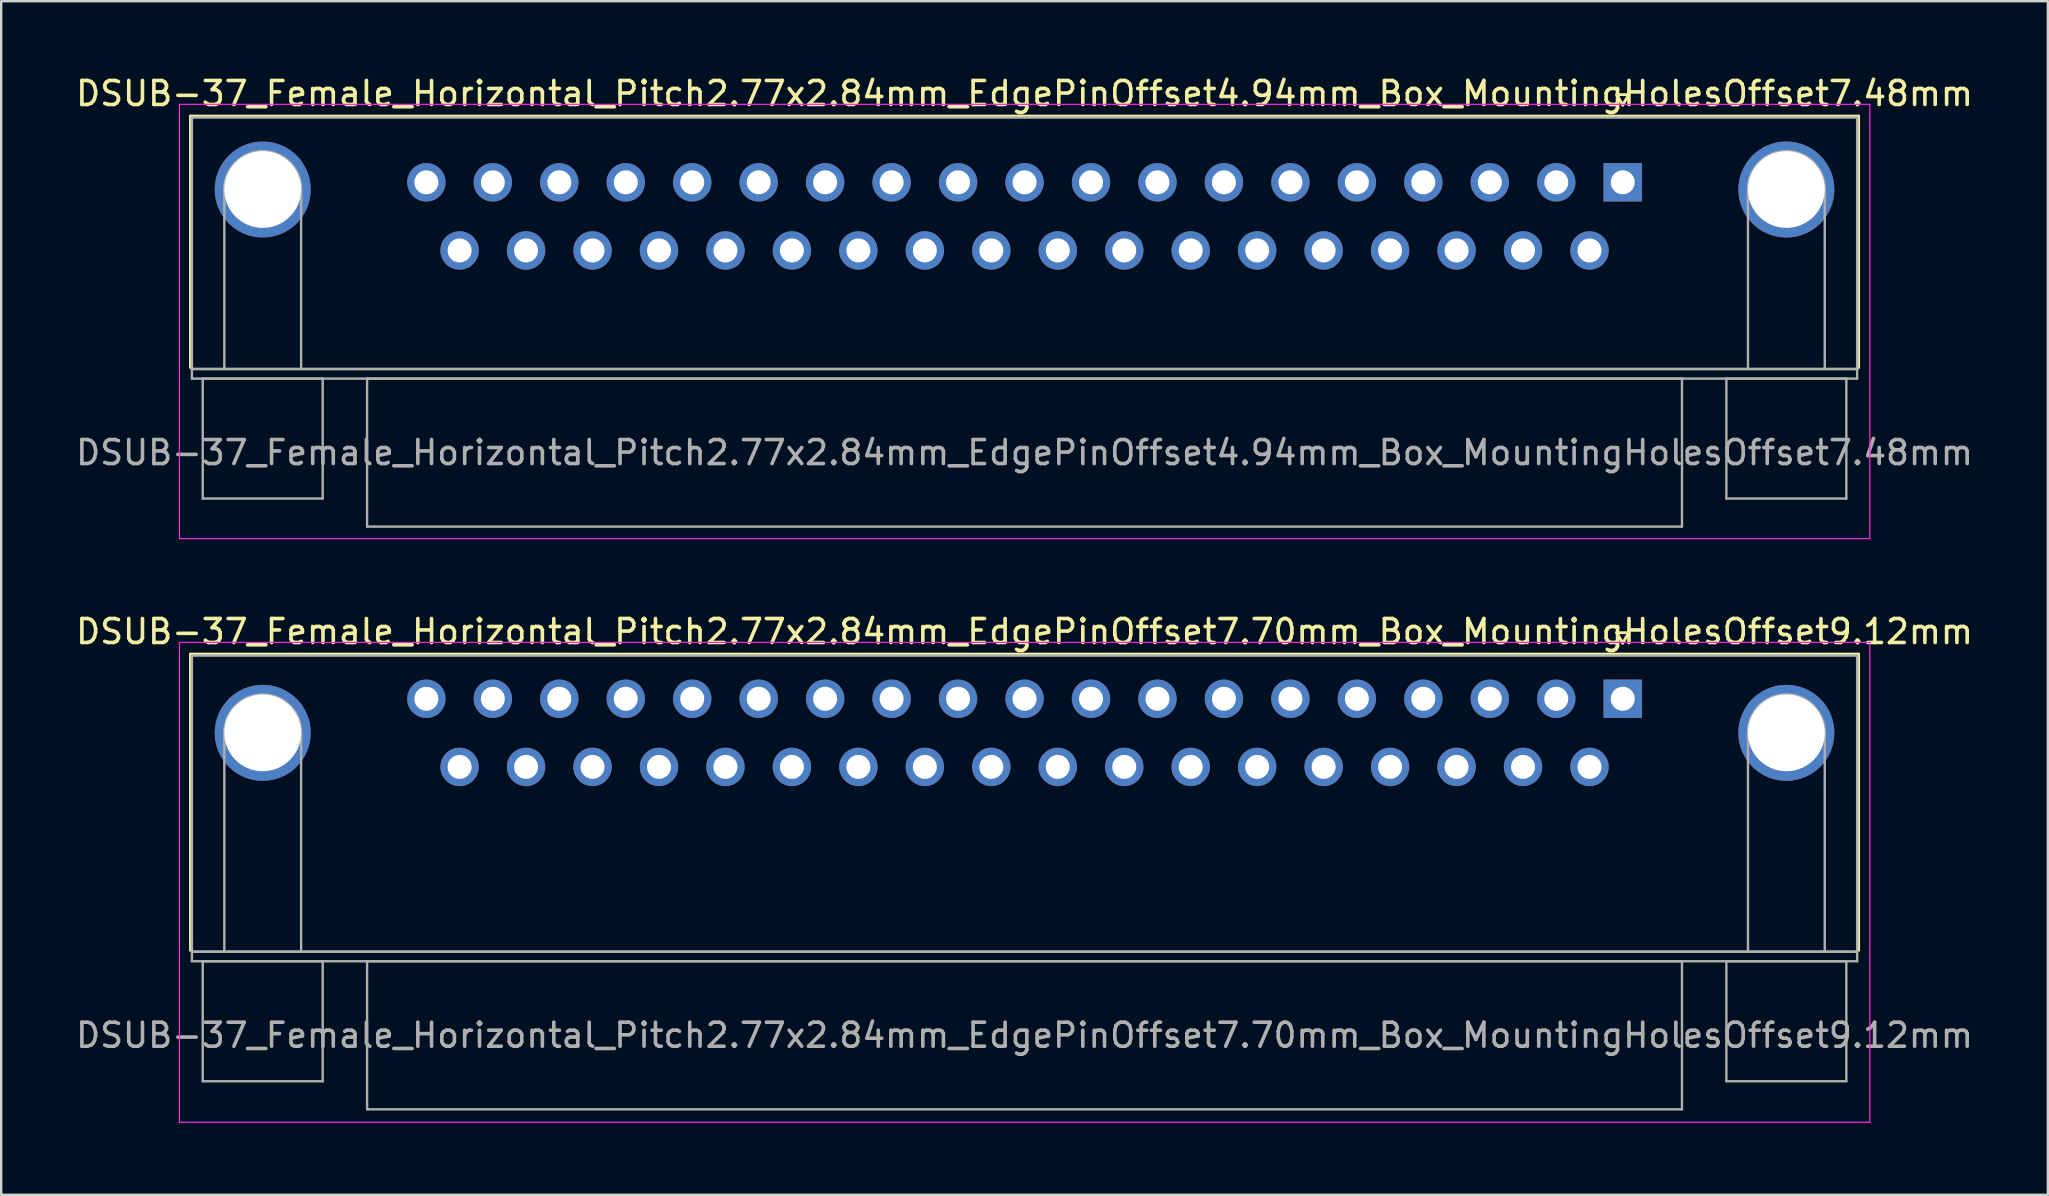
<source format=kicad_pcb>
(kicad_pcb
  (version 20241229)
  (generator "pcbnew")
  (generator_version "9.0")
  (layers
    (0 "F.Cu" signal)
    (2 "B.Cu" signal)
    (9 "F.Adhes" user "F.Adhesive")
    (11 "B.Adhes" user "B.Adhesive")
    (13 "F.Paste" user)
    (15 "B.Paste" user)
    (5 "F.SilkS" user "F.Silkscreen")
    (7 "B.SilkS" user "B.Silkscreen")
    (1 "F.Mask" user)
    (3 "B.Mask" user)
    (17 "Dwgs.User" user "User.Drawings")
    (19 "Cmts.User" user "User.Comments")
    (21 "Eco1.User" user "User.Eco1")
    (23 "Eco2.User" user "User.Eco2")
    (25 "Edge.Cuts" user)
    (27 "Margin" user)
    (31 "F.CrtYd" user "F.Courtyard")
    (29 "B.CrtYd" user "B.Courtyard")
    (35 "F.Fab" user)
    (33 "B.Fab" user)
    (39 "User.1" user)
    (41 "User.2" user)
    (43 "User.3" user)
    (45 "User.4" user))
  (footprint "DSUB-37_Female_Horizontal_Pitch2.77x2.84mm_EdgePinOffset7.70mm_Box_MountingHolesOffset9.12mm"
    (layer "F.Cu")
    (at 64.579 26.072)
    (property "Reference" "DSUB-37_Female_Horizontal_Pitch2.77x2.84mm_EdgePinOffset7.70mm_Box_MountingHolesOffset9.12mm" (at -24.93 -2.8 0) (layer "F.SilkS") (effects (font (size 1 1) (thickness 0.15))))
    (attr through_hole)
    (fp_line (start -59.69 -1.86) (end 9.83 -1.86) (stroke (width 0.12) (type solid)) (layer "F.SilkS"))
    (fp_line (start -59.69 10.48) (end -59.69 -1.86) (stroke (width 0.12) (type solid)) (layer "F.SilkS"))
    (fp_line (start -0.25 -2.754) (end 0.25 -2.754) (stroke (width 0.12) (type solid)) (layer "F.SilkS"))
    (fp_line (start 0 -2.321) (end -0.25 -2.754) (stroke (width 0.12) (type solid)) (layer "F.SilkS"))
    (fp_line (start 0.25 -2.754) (end 0 -2.321) (stroke (width 0.12) (type solid)) (layer "F.SilkS"))
    (fp_line (start 9.83 -1.86) (end 9.83 10.48) (stroke (width 0.12) (type solid)) (layer "F.SilkS"))
    (fp_line (start -60.15 -2.35) (end -60.15 17.65) (stroke (width 0.05) (type solid)) (layer "F.CrtYd"))
    (fp_line (start -60.15 17.65) (end 10.3 17.65) (stroke (width 0.05) (type solid)) (layer "F.CrtYd"))
    (fp_line (start 10.3 -2.35) (end -60.15 -2.35) (stroke (width 0.05) (type solid)) (layer "F.CrtYd"))
    (fp_line (start 10.3 17.65) (end 10.3 -2.35) (stroke (width 0.05) (type solid)) (layer "F.CrtYd"))
    (fp_line (start -59.63 -1.8) (end -59.63 10.54) (stroke (width 0.1) (type solid)) (layer "F.Fab"))
    (fp_line (start -59.63 10.54) (end -59.63 10.94) (stroke (width 0.1) (type solid)) (layer "F.Fab"))
    (fp_line (start -59.63 10.54) (end 9.77 10.54) (stroke (width 0.1) (type solid)) (layer "F.Fab"))
    (fp_line (start -59.63 10.94) (end 9.77 10.94) (stroke (width 0.1) (type solid)) (layer "F.Fab"))
    (fp_line (start -59.18 10.94) (end -59.18 15.94) (stroke (width 0.1) (type solid)) (layer "F.Fab"))
    (fp_line (start -59.18 15.94) (end -54.18 15.94) (stroke (width 0.1) (type solid)) (layer "F.Fab"))
    (fp_line (start -58.28 10.54) (end -58.28 1.42) (stroke (width 0.1) (type solid)) (layer "F.Fab"))
    (fp_line (start -55.08 10.54) (end -55.08 1.42) (stroke (width 0.1) (type solid)) (layer "F.Fab"))
    (fp_line (start -54.18 10.94) (end -59.18 10.94) (stroke (width 0.1) (type solid)) (layer "F.Fab"))
    (fp_line (start -54.18 15.94) (end -54.18 10.94) (stroke (width 0.1) (type solid)) (layer "F.Fab"))
    (fp_line (start -52.33 10.94) (end -52.33 17.11) (stroke (width 0.1) (type solid)) (layer "F.Fab"))
    (fp_line (start -52.33 17.11) (end 2.47 17.11) (stroke (width 0.1) (type solid)) (layer "F.Fab"))
    (fp_line (start 2.47 10.94) (end -52.33 10.94) (stroke (width 0.1) (type solid)) (layer "F.Fab"))
    (fp_line (start 2.47 17.11) (end 2.47 10.94) (stroke (width 0.1) (type solid)) (layer "F.Fab"))
    (fp_line (start 4.32 10.94) (end 4.32 15.94) (stroke (width 0.1) (type solid)) (layer "F.Fab"))
    (fp_line (start 4.32 15.94) (end 9.32 15.94) (stroke (width 0.1) (type solid)) (layer "F.Fab"))
    (fp_line (start 5.22 10.54) (end 5.22 1.42) (stroke (width 0.1) (type solid)) (layer "F.Fab"))
    (fp_line (start 8.42 10.54) (end 8.42 1.42) (stroke (width 0.1) (type solid)) (layer "F.Fab"))
    (fp_line (start 9.32 10.94) (end 4.32 10.94) (stroke (width 0.1) (type solid)) (layer "F.Fab"))
    (fp_line (start 9.32 15.94) (end 9.32 10.94) (stroke (width 0.1) (type solid)) (layer "F.Fab"))
    (fp_line (start 9.77 -1.8) (end -59.63 -1.8) (stroke (width 0.1) (type solid)) (layer "F.Fab"))
    (fp_line (start 9.77 10.54) (end -59.63 10.54) (stroke (width 0.1) (type solid)) (layer "F.Fab"))
    (fp_line (start 9.77 10.54) (end 9.77 -1.8) (stroke (width 0.1) (type solid)) (layer "F.Fab"))
    (fp_line (start 9.77 10.94) (end 9.77 10.54) (stroke (width 0.1) (type solid)) (layer "F.Fab"))
    (fp_arc (start -58.28 1.42) (mid -56.68 -0.18) (end -55.08 1.42) (stroke (width 0.1) (type solid)) (layer "F.Fab"))
    (fp_arc (start 5.22 1.42) (mid 6.82 -0.18) (end 8.42 1.42) (stroke (width 0.1) (type solid)) (layer "F.Fab"))
    (fp_text user "${REFERENCE}" (at -24.93 14.025 0) (layer "F.Fab") (effects (font (size 1 1) (thickness 0.15))))
    (pad "0" thru_hole circle (at -56.68 1.42) (size 4 4) (drill 3.2) (layers "*.Cu" "*.Mask"))
    (pad "0" thru_hole circle (at 6.82 1.42) (size 4 4) (drill 3.2) (layers "*.Cu" "*.Mask"))
    (pad "1" thru_hole rect (at 0 0) (size 1.6 1.6) (drill 1) (layers "*.Cu" "*.Mask"))
    (pad "2" thru_hole circle (at -2.77 0) (size 1.6 1.6) (drill 1) (layers "*.Cu" "*.Mask"))
    (pad "3" thru_hole circle (at -5.54 0) (size 1.6 1.6) (drill 1) (layers "*.Cu" "*.Mask"))
    (pad "4" thru_hole circle (at -8.31 0) (size 1.6 1.6) (drill 1) (layers "*.Cu" "*.Mask"))
    (pad "5" thru_hole circle (at -11.08 0) (size 1.6 1.6) (drill 1) (layers "*.Cu" "*.Mask"))
    (pad "6" thru_hole circle (at -13.85 0) (size 1.6 1.6) (drill 1) (layers "*.Cu" "*.Mask"))
    (pad "7" thru_hole circle (at -16.62 0) (size 1.6 1.6) (drill 1) (layers "*.Cu" "*.Mask"))
    (pad "8" thru_hole circle (at -19.39 0) (size 1.6 1.6) (drill 1) (layers "*.Cu" "*.Mask"))
    (pad "9" thru_hole circle (at -22.16 0) (size 1.6 1.6) (drill 1) (layers "*.Cu" "*.Mask"))
    (pad "10" thru_hole circle (at -24.93 0) (size 1.6 1.6) (drill 1) (layers "*.Cu" "*.Mask"))
    (pad "11" thru_hole circle (at -27.7 0) (size 1.6 1.6) (drill 1) (layers "*.Cu" "*.Mask"))
    (pad "12" thru_hole circle (at -30.47 0) (size 1.6 1.6) (drill 1) (layers "*.Cu" "*.Mask"))
    (pad "13" thru_hole circle (at -33.24 0) (size 1.6 1.6) (drill 1) (layers "*.Cu" "*.Mask"))
    (pad "14" thru_hole circle (at -36.01 0) (size 1.6 1.6) (drill 1) (layers "*.Cu" "*.Mask"))
    (pad "15" thru_hole circle (at -38.78 0) (size 1.6 1.6) (drill 1) (layers "*.Cu" "*.Mask"))
    (pad "16" thru_hole circle (at -41.55 0) (size 1.6 1.6) (drill 1) (layers "*.Cu" "*.Mask"))
    (pad "17" thru_hole circle (at -44.32 0) (size 1.6 1.6) (drill 1) (layers "*.Cu" "*.Mask"))
    (pad "18" thru_hole circle (at -47.09 0) (size 1.6 1.6) (drill 1) (layers "*.Cu" "*.Mask"))
    (pad "19" thru_hole circle (at -49.86 0) (size 1.6 1.6) (drill 1) (layers "*.Cu" "*.Mask"))
    (pad "20" thru_hole circle (at -1.385 2.84) (size 1.6 1.6) (drill 1) (layers "*.Cu" "*.Mask"))
    (pad "21" thru_hole circle (at -4.155 2.84) (size 1.6 1.6) (drill 1) (layers "*.Cu" "*.Mask"))
    (pad "22" thru_hole circle (at -6.925 2.84) (size 1.6 1.6) (drill 1) (layers "*.Cu" "*.Mask"))
    (pad "23" thru_hole circle (at -9.695 2.84) (size 1.6 1.6) (drill 1) (layers "*.Cu" "*.Mask"))
    (pad "24" thru_hole circle (at -12.465 2.84) (size 1.6 1.6) (drill 1) (layers "*.Cu" "*.Mask"))
    (pad "25" thru_hole circle (at -15.235 2.84) (size 1.6 1.6) (drill 1) (layers "*.Cu" "*.Mask"))
    (pad "26" thru_hole circle (at -18.005 2.84) (size 1.6 1.6) (drill 1) (layers "*.Cu" "*.Mask"))
    (pad "27" thru_hole circle (at -20.775 2.84) (size 1.6 1.6) (drill 1) (layers "*.Cu" "*.Mask"))
    (pad "28" thru_hole circle (at -23.545 2.84) (size 1.6 1.6) (drill 1) (layers "*.Cu" "*.Mask"))
    (pad "29" thru_hole circle (at -26.315 2.84) (size 1.6 1.6) (drill 1) (layers "*.Cu" "*.Mask"))
    (pad "30" thru_hole circle (at -29.085 2.84) (size 1.6 1.6) (drill 1) (layers "*.Cu" "*.Mask"))
    (pad "31" thru_hole circle (at -31.855 2.84) (size 1.6 1.6) (drill 1) (layers "*.Cu" "*.Mask"))
    (pad "32" thru_hole circle (at -34.625 2.84) (size 1.6 1.6) (drill 1) (layers "*.Cu" "*.Mask"))
    (pad "33" thru_hole circle (at -37.395 2.84) (size 1.6 1.6) (drill 1) (layers "*.Cu" "*.Mask"))
    (pad "34" thru_hole circle (at -40.165 2.84) (size 1.6 1.6) (drill 1) (layers "*.Cu" "*.Mask"))
    (pad "35" thru_hole circle (at -42.935 2.84) (size 1.6 1.6) (drill 1) (layers "*.Cu" "*.Mask"))
    (pad "36" thru_hole circle (at -45.705 2.84) (size 1.6 1.6) (drill 1) (layers "*.Cu" "*.Mask"))
    (pad "37" thru_hole circle (at -48.475 2.84) (size 1.6 1.6) (drill 1) (layers "*.Cu" "*.Mask")))
  (footprint "DSUB-37_Female_Horizontal_Pitch2.77x2.84mm_EdgePinOffset4.94mm_Box_MountingHolesOffset7.48mm"
    (layer "F.Cu")
    (at 64.579 4.548)
    (property "Reference" "DSUB-37_Female_Horizontal_Pitch2.77x2.84mm_EdgePinOffset4.94mm_Box_MountingHolesOffset7.48mm" (at -24.93 -3.7 0) (layer "F.SilkS") (effects (font (size 1 1) (thickness 0.15))))
    (attr through_hole)
    (fp_line (start -59.69 -2.76) (end 9.83 -2.76) (stroke (width 0.12) (type solid)) (layer "F.SilkS"))
    (fp_line (start -59.69 7.72) (end -59.69 -2.76) (stroke (width 0.12) (type solid)) (layer "F.SilkS"))
    (fp_line (start -0.25 -3.654) (end 0.25 -3.654) (stroke (width 0.12) (type solid)) (layer "F.SilkS"))
    (fp_line (start 0 -3.221) (end -0.25 -3.654) (stroke (width 0.12) (type solid)) (layer "F.SilkS"))
    (fp_line (start 0.25 -3.654) (end 0 -3.221) (stroke (width 0.12) (type solid)) (layer "F.SilkS"))
    (fp_line (start 9.83 -2.76) (end 9.83 7.72) (stroke (width 0.12) (type solid)) (layer "F.SilkS"))
    (fp_line (start -60.15 -3.25) (end -60.15 14.85) (stroke (width 0.05) (type solid)) (layer "F.CrtYd"))
    (fp_line (start -60.15 14.85) (end 10.3 14.85) (stroke (width 0.05) (type solid)) (layer "F.CrtYd"))
    (fp_line (start 10.3 -3.25) (end -60.15 -3.25) (stroke (width 0.05) (type solid)) (layer "F.CrtYd"))
    (fp_line (start 10.3 14.85) (end 10.3 -3.25) (stroke (width 0.05) (type solid)) (layer "F.CrtYd"))
    (fp_line (start -59.63 -2.7) (end -59.63 7.78) (stroke (width 0.1) (type solid)) (layer "F.Fab"))
    (fp_line (start -59.63 7.78) (end -59.63 8.18) (stroke (width 0.1) (type solid)) (layer "F.Fab"))
    (fp_line (start -59.63 7.78) (end 9.77 7.78) (stroke (width 0.1) (type solid)) (layer "F.Fab"))
    (fp_line (start -59.63 8.18) (end 9.77 8.18) (stroke (width 0.1) (type solid)) (layer "F.Fab"))
    (fp_line (start -59.18 8.18) (end -59.18 13.18) (stroke (width 0.1) (type solid)) (layer "F.Fab"))
    (fp_line (start -59.18 13.18) (end -54.18 13.18) (stroke (width 0.1) (type solid)) (layer "F.Fab"))
    (fp_line (start -58.28 7.78) (end -58.28 0.3) (stroke (width 0.1) (type solid)) (layer "F.Fab"))
    (fp_line (start -55.08 7.78) (end -55.08 0.3) (stroke (width 0.1) (type solid)) (layer "F.Fab"))
    (fp_line (start -54.18 8.18) (end -59.18 8.18) (stroke (width 0.1) (type solid)) (layer "F.Fab"))
    (fp_line (start -54.18 13.18) (end -54.18 8.18) (stroke (width 0.1) (type solid)) (layer "F.Fab"))
    (fp_line (start -52.33 8.18) (end -52.33 14.35) (stroke (width 0.1) (type solid)) (layer "F.Fab"))
    (fp_line (start -52.33 14.35) (end 2.47 14.35) (stroke (width 0.1) (type solid)) (layer "F.Fab"))
    (fp_line (start 2.47 8.18) (end -52.33 8.18) (stroke (width 0.1) (type solid)) (layer "F.Fab"))
    (fp_line (start 2.47 14.35) (end 2.47 8.18) (stroke (width 0.1) (type solid)) (layer "F.Fab"))
    (fp_line (start 4.32 8.18) (end 4.32 13.18) (stroke (width 0.1) (type solid)) (layer "F.Fab"))
    (fp_line (start 4.32 13.18) (end 9.32 13.18) (stroke (width 0.1) (type solid)) (layer "F.Fab"))
    (fp_line (start 5.22 7.78) (end 5.22 0.3) (stroke (width 0.1) (type solid)) (layer "F.Fab"))
    (fp_line (start 8.42 7.78) (end 8.42 0.3) (stroke (width 0.1) (type solid)) (layer "F.Fab"))
    (fp_line (start 9.32 8.18) (end 4.32 8.18) (stroke (width 0.1) (type solid)) (layer "F.Fab"))
    (fp_line (start 9.32 13.18) (end 9.32 8.18) (stroke (width 0.1) (type solid)) (layer "F.Fab"))
    (fp_line (start 9.77 -2.7) (end -59.63 -2.7) (stroke (width 0.1) (type solid)) (layer "F.Fab"))
    (fp_line (start 9.77 7.78) (end -59.63 7.78) (stroke (width 0.1) (type solid)) (layer "F.Fab"))
    (fp_line (start 9.77 7.78) (end 9.77 -2.7) (stroke (width 0.1) (type solid)) (layer "F.Fab"))
    (fp_line (start 9.77 8.18) (end 9.77 7.78) (stroke (width 0.1) (type solid)) (layer "F.Fab"))
    (fp_arc (start -58.28 0.3) (mid -56.68 -1.3) (end -55.08 0.3) (stroke (width 0.1) (type solid)) (layer "F.Fab"))
    (fp_arc (start 5.22 0.3) (mid 6.82 -1.3) (end 8.42 0.3) (stroke (width 0.1) (type solid)) (layer "F.Fab"))
    (fp_text user "${REFERENCE}" (at -24.93 11.265 0) (layer "F.Fab") (effects (font (size 1 1) (thickness 0.15))))
    (pad "0" thru_hole circle (at -56.68 0.3) (size 4 4) (drill 3.2) (layers "*.Cu" "*.Mask"))
    (pad "0" thru_hole circle (at 6.82 0.3) (size 4 4) (drill 3.2) (layers "*.Cu" "*.Mask"))
    (pad "1" thru_hole rect (at 0 0) (size 1.6 1.6) (drill 1) (layers "*.Cu" "*.Mask"))
    (pad "2" thru_hole circle (at -2.77 0) (size 1.6 1.6) (drill 1) (layers "*.Cu" "*.Mask"))
    (pad "3" thru_hole circle (at -5.54 0) (size 1.6 1.6) (drill 1) (layers "*.Cu" "*.Mask"))
    (pad "4" thru_hole circle (at -8.31 0) (size 1.6 1.6) (drill 1) (layers "*.Cu" "*.Mask"))
    (pad "5" thru_hole circle (at -11.08 0) (size 1.6 1.6) (drill 1) (layers "*.Cu" "*.Mask"))
    (pad "6" thru_hole circle (at -13.85 0) (size 1.6 1.6) (drill 1) (layers "*.Cu" "*.Mask"))
    (pad "7" thru_hole circle (at -16.62 0) (size 1.6 1.6) (drill 1) (layers "*.Cu" "*.Mask"))
    (pad "8" thru_hole circle (at -19.39 0) (size 1.6 1.6) (drill 1) (layers "*.Cu" "*.Mask"))
    (pad "9" thru_hole circle (at -22.16 0) (size 1.6 1.6) (drill 1) (layers "*.Cu" "*.Mask"))
    (pad "10" thru_hole circle (at -24.93 0) (size 1.6 1.6) (drill 1) (layers "*.Cu" "*.Mask"))
    (pad "11" thru_hole circle (at -27.7 0) (size 1.6 1.6) (drill 1) (layers "*.Cu" "*.Mask"))
    (pad "12" thru_hole circle (at -30.47 0) (size 1.6 1.6) (drill 1) (layers "*.Cu" "*.Mask"))
    (pad "13" thru_hole circle (at -33.24 0) (size 1.6 1.6) (drill 1) (layers "*.Cu" "*.Mask"))
    (pad "14" thru_hole circle (at -36.01 0) (size 1.6 1.6) (drill 1) (layers "*.Cu" "*.Mask"))
    (pad "15" thru_hole circle (at -38.78 0) (size 1.6 1.6) (drill 1) (layers "*.Cu" "*.Mask"))
    (pad "16" thru_hole circle (at -41.55 0) (size 1.6 1.6) (drill 1) (layers "*.Cu" "*.Mask"))
    (pad "17" thru_hole circle (at -44.32 0) (size 1.6 1.6) (drill 1) (layers "*.Cu" "*.Mask"))
    (pad "18" thru_hole circle (at -47.09 0) (size 1.6 1.6) (drill 1) (layers "*.Cu" "*.Mask"))
    (pad "19" thru_hole circle (at -49.86 0) (size 1.6 1.6) (drill 1) (layers "*.Cu" "*.Mask"))
    (pad "20" thru_hole circle (at -1.385 2.84) (size 1.6 1.6) (drill 1) (layers "*.Cu" "*.Mask"))
    (pad "21" thru_hole circle (at -4.155 2.84) (size 1.6 1.6) (drill 1) (layers "*.Cu" "*.Mask"))
    (pad "22" thru_hole circle (at -6.925 2.84) (size 1.6 1.6) (drill 1) (layers "*.Cu" "*.Mask"))
    (pad "23" thru_hole circle (at -9.695 2.84) (size 1.6 1.6) (drill 1) (layers "*.Cu" "*.Mask"))
    (pad "24" thru_hole circle (at -12.465 2.84) (size 1.6 1.6) (drill 1) (layers "*.Cu" "*.Mask"))
    (pad "25" thru_hole circle (at -15.235 2.84) (size 1.6 1.6) (drill 1) (layers "*.Cu" "*.Mask"))
    (pad "26" thru_hole circle (at -18.005 2.84) (size 1.6 1.6) (drill 1) (layers "*.Cu" "*.Mask"))
    (pad "27" thru_hole circle (at -20.775 2.84) (size 1.6 1.6) (drill 1) (layers "*.Cu" "*.Mask"))
    (pad "28" thru_hole circle (at -23.545 2.84) (size 1.6 1.6) (drill 1) (layers "*.Cu" "*.Mask"))
    (pad "29" thru_hole circle (at -26.315 2.84) (size 1.6 1.6) (drill 1) (layers "*.Cu" "*.Mask"))
    (pad "30" thru_hole circle (at -29.085 2.84) (size 1.6 1.6) (drill 1) (layers "*.Cu" "*.Mask"))
    (pad "31" thru_hole circle (at -31.855 2.84) (size 1.6 1.6) (drill 1) (layers "*.Cu" "*.Mask"))
    (pad "32" thru_hole circle (at -34.625 2.84) (size 1.6 1.6) (drill 1) (layers "*.Cu" "*.Mask"))
    (pad "33" thru_hole circle (at -37.395 2.84) (size 1.6 1.6) (drill 1) (layers "*.Cu" "*.Mask"))
    (pad "34" thru_hole circle (at -40.165 2.84) (size 1.6 1.6) (drill 1) (layers "*.Cu" "*.Mask"))
    (pad "35" thru_hole circle (at -42.935 2.84) (size 1.6 1.6) (drill 1) (layers "*.Cu" "*.Mask"))
    (pad "36" thru_hole circle (at -45.705 2.84) (size 1.6 1.6) (drill 1) (layers "*.Cu" "*.Mask"))
    (pad "37" thru_hole circle (at -48.475 2.84) (size 1.6 1.6) (drill 1) (layers "*.Cu" "*.Mask")))
  (gr_rect
    (start -3 -3)
    (end 82.298 46.746)
    (stroke (width 0.1) (type default))
    (fill no)
    (layer "Edge.Cuts")))
</source>
